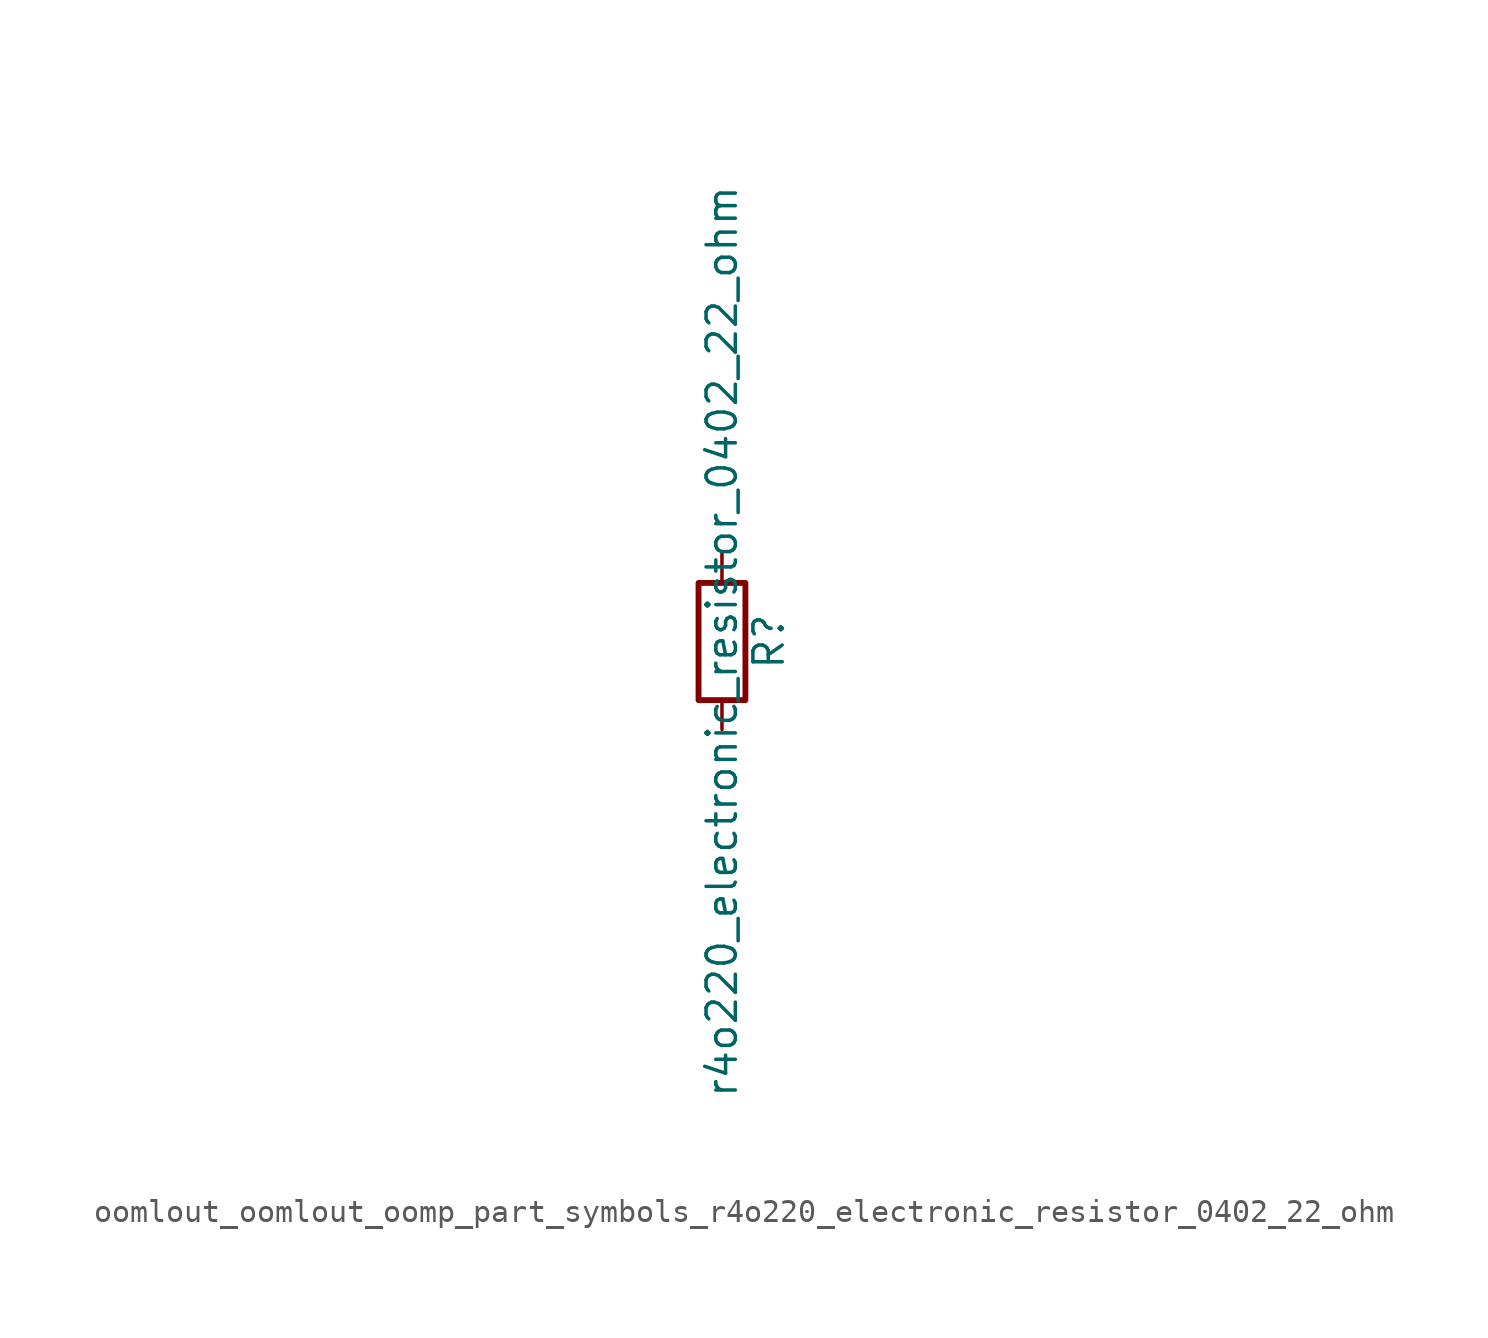
<source format=kicad_sym>
(kicad_symbol_lib
  (version 20220914)
  (generator kicad_symbol_editor)
  (symbol "oomlout_oomlout_oomp_part_symbols_r4o220_electronic_resistor_0402_22_ohm"
    (pin_numbers hide)
    (pin_names
      (offset 0))
    (property "Reference" "R"
      (at 2.032 0 90)
      (effects (font (size 1.27 1.27))))
    (property "Value" "r4o220_electronic_resistor_0402_22_ohm"
      (at 0 0 90)
      (effects (font (size 1.27 1.27))))
    (symbol "oomlout_oomlout_oomp_part_symbols_r4o220_electronic_resistor_0402_22_ohm_0_1"
      (rectangle (start -1.016 -2.54) (end 1.016 2.54) (stroke (width 0.254) (type default)) (fill (type none))))
    (symbol "oomlout_oomlout_oomp_part_symbols_r4o220_electronic_resistor_0402_22_ohm_1_1"
      (pin passive line (at 0 3.81 270) (length 1.27) (name "~" (effects (font (size 1.27 1.27)))) (number "1" (effects (font (size 1.27 1.27)))))
      (pin passive line (at 0 -3.81 90) (length 1.27) (name "~" (effects (font (size 1.27 1.27)))) (number "2" (effects (font (size 1.27 1.27))))))))
</source>
